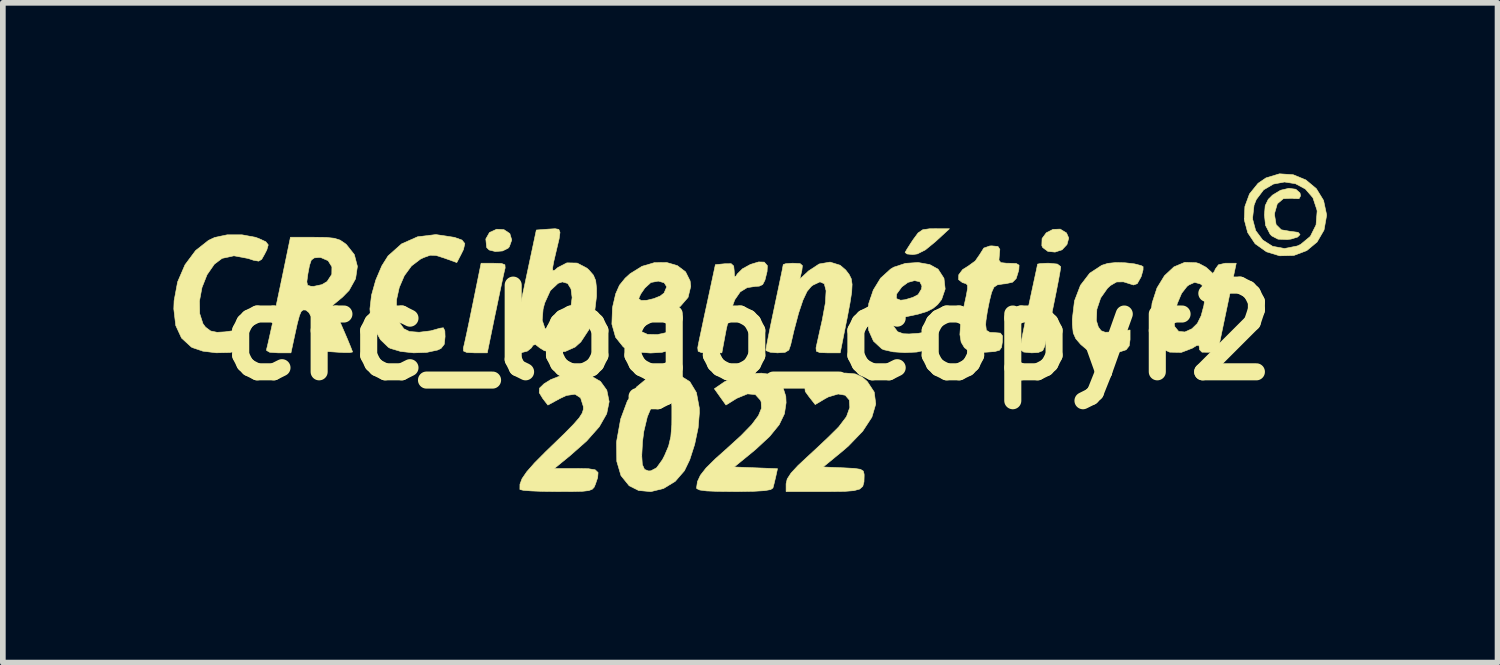
<source format=kicad_pcb>
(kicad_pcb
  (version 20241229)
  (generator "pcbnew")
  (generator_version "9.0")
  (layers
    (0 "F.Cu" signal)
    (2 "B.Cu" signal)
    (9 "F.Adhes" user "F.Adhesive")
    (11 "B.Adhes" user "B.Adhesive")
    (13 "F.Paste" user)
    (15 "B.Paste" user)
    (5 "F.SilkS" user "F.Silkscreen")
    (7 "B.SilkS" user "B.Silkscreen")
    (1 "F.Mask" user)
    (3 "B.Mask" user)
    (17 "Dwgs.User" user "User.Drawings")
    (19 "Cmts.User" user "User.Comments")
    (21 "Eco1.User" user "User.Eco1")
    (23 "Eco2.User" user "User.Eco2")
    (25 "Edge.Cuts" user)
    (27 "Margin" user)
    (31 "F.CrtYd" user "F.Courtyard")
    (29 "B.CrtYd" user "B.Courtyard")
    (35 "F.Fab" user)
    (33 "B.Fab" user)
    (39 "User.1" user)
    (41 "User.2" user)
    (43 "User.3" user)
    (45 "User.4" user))
  (footprint "crc_logo_copyr2"
    (layer "F.Cu")
    (at 10.107 2.796)
    (property "Reference" "crc_logo_copyr2" (at 0 0 0) (layer "F.SilkS") (effects (font (size 1.524 1.524) (thickness 0.3))))
    (attr through_hole)
    (fp_poly (pts (xy -4.3 -1.81) (xy -4.196 -1.741) (xy -4.162 -1.628) (xy -4.205 -1.508) (xy -4.227 -1.483) (xy -4.324 -1.435) (xy -4.45 -1.425) (xy -4.559 -1.452) (xy -4.603 -1.496) (xy -4.618 -1.646) (xy -4.553 -1.76) (xy -4.427 -1.817) (xy -4.3 -1.81)) (stroke (width 0.01) (type solid)) (fill yes) (layer "F.SilkS"))
    (fp_poly (pts (xy 5.587 -1.753) (xy 5.589 -1.751) (xy 5.628 -1.662) (xy 5.597 -1.548) (xy 5.511 -1.456) (xy 5.387 -1.415) (xy 5.261 -1.428) (xy 5.171 -1.495) (xy 5.155 -1.528) (xy 5.159 -1.653) (xy 5.233 -1.754) (xy 5.35 -1.814) (xy 5.478 -1.819) (xy 5.587 -1.753)) (stroke (width 0.01) (type solid)) (fill yes) (layer "F.SilkS"))
    (fp_poly (pts (xy 3.531 -1.825) (xy 3.284 -1.598) (xy 3.108 -1.454) (xy 2.967 -1.383) (xy 2.886 -1.372) (xy 2.786 -1.382) (xy 2.751 -1.409) (xy 2.752 -1.41) (xy 2.788 -1.472) (xy 2.86 -1.584) (xy 2.896 -1.638) (xy 2.98 -1.752) (xy 3.062 -1.808) (xy 3.181 -1.825) (xy 3.277 -1.826) (xy 3.531 -1.825)) (stroke (width 0.01) (type solid)) (fill yes) (layer "F.SilkS"))
    (fp_poly (pts (xy -4.341 -1.215) (xy -4.282 -1.192) (xy -4.278 -1.136) (xy -4.286 -1.105) (xy -4.307 -1.014) (xy -4.343 -0.846) (xy -4.39 -0.623) (xy -4.443 -0.368) (xy -4.454 -0.318) (xy -4.592 0.356) (xy -4.814 0.356) (xy -4.952 0.349) (xy -5.01 0.324) (xy -5.012 0.27) (xy -5.011 0.267) (xy -4.992 0.186) (xy -4.957 0.027) (xy -4.911 -0.19) (xy -4.859 -0.443) (xy -4.843 -0.521) (xy -4.701 -1.219) (xy -4.478 -1.219) (xy -4.341 -1.215)) (stroke (width 0.01) (type solid)) (fill yes) (layer "F.SilkS"))
    (fp_poly (pts (xy 5.428 -1.205) (xy 5.485 -1.161) (xy 5.486 -1.147) (xy 5.476 -1.076) (xy 5.449 -0.926) (xy 5.409 -0.72) (xy 5.36 -0.478) (xy 5.307 -0.222) (xy 5.253 0.026) (xy 5.206 0.241) (xy 5.171 0.317) (xy 5.091 0.35) (xy 4.977 0.356) (xy 4.835 0.342) (xy 4.778 0.299) (xy 4.775 0.281) (xy 4.786 0.206) (xy 4.814 0.053) (xy 4.857 -0.16) (xy 4.91 -0.41) (xy 4.928 -0.491) (xy 4.982 -0.743) (xy 5.028 -0.956) (xy 5.062 -1.113) (xy 5.079 -1.196) (xy 5.08 -1.204) (xy 5.125 -1.213) (xy 5.238 -1.219) (xy 5.283 -1.219) (xy 5.428 -1.205)) (stroke (width 0.01) (type solid)) (fill yes) (layer "F.SilkS"))
    (fp_poly (pts (xy 9.619 -2.52) (xy 9.693 -2.454) (xy 9.703 -2.404) (xy 9.676 -2.354) (xy 9.582 -2.356) (xy 9.557 -2.361) (xy 9.4 -2.354) (xy 9.294 -2.264) (xy 9.247 -2.101) (xy 9.246 -2.064) (xy 9.273 -1.898) (xy 9.364 -1.807) (xy 9.531 -1.778) (xy 9.539 -1.778) (xy 9.66 -1.762) (xy 9.694 -1.723) (xy 9.65 -1.679) (xy 9.535 -1.644) (xy 9.468 -1.636) (xy 9.307 -1.642) (xy 9.197 -1.699) (xy 9.167 -1.73) (xy 9.087 -1.886) (xy 9.068 -2.067) (xy 9.081 -2.231) (xy 9.135 -2.342) (xy 9.21 -2.417) (xy 9.351 -2.502) (xy 9.496 -2.536) (xy 9.619 -2.52)) (stroke (width 0.01) (type solid)) (fill yes) (layer "F.SilkS"))
    (fp_poly (pts (xy 0.276 -1.239) (xy 0.331 -1.177) (xy 0.326 -1.074) (xy 0.288 -0.921) (xy 0.248 -0.844) (xy 0.187 -0.816) (xy 0.125 -0.813) (xy -0.026 -0.79) (xy -0.146 -0.716) (xy -0.242 -0.577) (xy -0.321 -0.362) (xy -0.391 -0.06) (xy -0.405 0.013) (xy -0.469 0.356) (xy -0.69 0.356) (xy -0.827 0.352) (xy -0.886 0.328) (xy -0.893 0.267) (xy -0.884 0.216) (xy -0.863 0.113) (xy -0.825 -0.064) (xy -0.777 -0.292) (xy -0.722 -0.545) (xy -0.719 -0.559) (xy -0.583 -1.194) (xy -0.418 -1.21) (xy -0.305 -1.211) (xy -0.261 -1.17) (xy -0.252 -1.083) (xy -0.247 -0.99) (xy -0.225 -0.988) (xy -0.196 -1.033) (xy -0.106 -1.122) (xy 0.033 -1.198) (xy 0.177 -1.242) (xy 0.276 -1.239)) (stroke (width 0.01) (type solid)) (fill yes) (layer "F.SilkS"))
    (fp_poly (pts (xy 6.621 -1.227) (xy 6.784 -1.208) (xy 6.903 -1.177) (xy 6.935 -1.159) (xy 6.934 -1.101) (xy 6.903 -0.99) (xy 6.896 -0.974) (xy 6.832 -0.86) (xy 6.766 -0.837) (xy 6.591 -0.892) (xy 6.468 -0.89) (xy 6.36 -0.827) (xy 6.307 -0.777) (xy 6.189 -0.609) (xy 6.122 -0.409) (xy 6.113 -0.214) (xy 6.148 -0.099) (xy 6.197 -0.033) (xy 6.268 -0.006) (xy 6.396 -0.01) (xy 6.457 -0.017) (xy 6.706 -0.046) (xy 6.706 0.123) (xy 6.691 0.233) (xy 6.637 0.302) (xy 6.524 0.339) (xy 6.335 0.354) (xy 6.232 0.355) (xy 6.061 0.343) (xy 5.94 0.294) (xy 5.838 0.207) (xy 5.752 0.107) (xy 5.707 0.006) (xy 5.692 -0.138) (xy 5.691 -0.237) (xy 5.729 -0.557) (xy 5.834 -0.831) (xy 5.997 -1.044) (xy 6.209 -1.183) (xy 6.316 -1.217) (xy 6.452 -1.231) (xy 6.621 -1.227)) (stroke (width 0.01) (type solid)) (fill yes) (layer "F.SilkS"))
    (fp_poly (pts (xy 9.573 -2.775) (xy 9.795 -2.684) (xy 9.98 -2.53) (xy 10.107 -2.323) (xy 10.159 -2.078) (xy 10.16 -2.057) (xy 10.115 -1.802) (xy 9.993 -1.592) (xy 9.811 -1.441) (xy 9.585 -1.356) (xy 9.335 -1.35) (xy 9.104 -1.42) (xy 8.904 -1.562) (xy 8.774 -1.757) (xy 8.714 -1.982) (xy 8.715 -2.002) (xy 8.858 -2.002) (xy 8.914 -1.793) (xy 9.038 -1.627) (xy 9.211 -1.517) (xy 9.419 -1.478) (xy 9.643 -1.522) (xy 9.704 -1.55) (xy 9.875 -1.692) (xy 9.975 -1.893) (xy 9.994 -2.132) (xy 9.991 -2.155) (xy 9.92 -2.37) (xy 9.787 -2.524) (xy 9.613 -2.617) (xy 9.419 -2.647) (xy 9.226 -2.611) (xy 9.053 -2.509) (xy 8.924 -2.338) (xy 8.885 -2.239) (xy 8.858 -2.002) (xy 8.715 -2.002) (xy 8.724 -2.216) (xy 8.805 -2.437) (xy 8.956 -2.624) (xy 9.095 -2.719) (xy 9.333 -2.791) (xy 9.573 -2.775)) (stroke (width 0.01) (type solid)) (fill yes) (layer "F.SilkS"))
    (fp_poly (pts (xy -5.169 -1.674) (xy -5.036 -1.626) (xy -4.987 -1.564) (xy -5.011 -1.46) (xy -5.053 -1.375) (xy -5.128 -1.231) (xy -5.348 -1.31) (xy -5.492 -1.356) (xy -5.595 -1.36) (xy -5.707 -1.32) (xy -5.766 -1.292) (xy -5.925 -1.171) (xy -6.051 -0.999) (xy -6.139 -0.794) (xy -6.187 -0.578) (xy -6.191 -0.372) (xy -6.149 -0.194) (xy -6.058 -0.067) (xy -5.96 -0.019) (xy -5.791 -0.006) (xy -5.586 -0.031) (xy -5.423 -0.077) (xy -5.364 -0.085) (xy -5.338 -0.03) (xy -5.334 0.072) (xy -5.348 0.205) (xy -5.405 0.278) (xy -5.464 0.306) (xy -5.656 0.348) (xy -5.887 0.356) (xy -6.115 0.331) (xy -6.297 0.277) (xy -6.33 0.259) (xy -6.47 0.124) (xy -6.581 -0.075) (xy -6.646 -0.302) (xy -6.655 -0.417) (xy -6.627 -0.657) (xy -6.552 -0.924) (xy -6.446 -1.173) (xy -6.336 -1.348) (xy -6.099 -1.559) (xy -5.815 -1.685) (xy -5.495 -1.723) (xy -5.169 -1.674)) (stroke (width 0.01) (type solid)) (fill yes) (layer "F.SilkS"))
    (fp_poly (pts (xy -8.905 -1.719) (xy -8.667 -1.675) (xy -8.609 -1.654) (xy -8.485 -1.597) (xy -8.442 -1.542) (xy -8.467 -1.455) (xy -8.508 -1.375) (xy -8.558 -1.287) (xy -8.611 -1.256) (xy -8.702 -1.272) (xy -8.794 -1.303) (xy -9.045 -1.35) (xy -9.253 -1.305) (xy -9.389 -1.203) (xy -9.518 -1.017) (xy -9.607 -0.792) (xy -9.651 -0.555) (xy -9.647 -0.334) (xy -9.59 -0.157) (xy -9.545 -0.096) (xy -9.454 -0.028) (xy -9.341 -0.005) (xy -9.202 -0.013) (xy -9.039 -0.036) (xy -8.909 -0.065) (xy -8.877 -0.075) (xy -8.818 -0.085) (xy -8.793 -0.032) (xy -8.788 0.072) (xy -8.803 0.205) (xy -8.859 0.278) (xy -8.919 0.306) (xy -9.119 0.35) (xy -9.358 0.355) (xy -9.592 0.326) (xy -9.777 0.263) (xy -9.795 0.253) (xy -9.966 0.096) (xy -10.068 -0.125) (xy -10.102 -0.416) (xy -10.097 -0.559) (xy -10.035 -0.891) (xy -9.905 -1.192) (xy -9.719 -1.442) (xy -9.491 -1.622) (xy -9.382 -1.673) (xy -9.162 -1.719) (xy -8.905 -1.719)) (stroke (width 0.01) (type solid)) (fill yes) (layer "F.SilkS"))
    (fp_poly (pts (xy -1.214 0.749) (xy -1.032 0.863) (xy -0.916 1.055) (xy -0.866 1.323) (xy -0.864 1.407) (xy -0.886 1.674) (xy -0.947 1.965) (xy -1.034 2.236) (xy -1.127 2.428) (xy -1.289 2.615) (xy -1.494 2.74) (xy -1.717 2.795) (xy -1.933 2.775) (xy -2.098 2.692) (xy -2.242 2.514) (xy -2.316 2.263) (xy -2.317 2.163) (xy -1.877 2.163) (xy -1.867 2.32) (xy -1.828 2.405) (xy -1.757 2.432) (xy -1.715 2.429) (xy -1.615 2.375) (xy -1.513 2.233) (xy -1.475 2.159) (xy -1.405 1.995) (xy -1.366 1.829) (xy -1.349 1.621) (xy -1.348 1.499) (xy -1.348 1.297) (xy -1.356 1.177) (xy -1.378 1.116) (xy -1.419 1.095) (xy -1.473 1.092) (xy -1.588 1.14) (xy -1.692 1.274) (xy -1.779 1.479) (xy -1.841 1.738) (xy -1.864 1.92) (xy -1.877 2.163) (xy -2.317 2.163) (xy -2.32 1.939) (xy -2.317 1.903) (xy -2.248 1.52) (xy -2.13 1.202) (xy -1.969 0.957) (xy -1.769 0.792) (xy -1.538 0.716) (xy -1.463 0.712) (xy -1.214 0.749)) (stroke (width 0.01) (type solid)) (fill yes) (layer "F.SilkS"))
    (fp_poly (pts (xy 0.338 0.728) (xy 0.425 0.778) (xy 0.506 0.854) (xy 0.611 0.983) (xy 0.655 1.121) (xy 0.66 1.233) (xy 0.631 1.427) (xy 0.538 1.62) (xy 0.372 1.824) (xy 0.124 2.054) (xy 0.059 2.108) (xy -0.252 2.362) (xy 0.128 2.377) (xy 0.509 2.392) (xy 0.479 2.529) (xy 0.449 2.655) (xy 0.429 2.731) (xy 0.389 2.759) (xy 0.282 2.778) (xy 0.098 2.789) (xy -0.174 2.794) (xy -0.252 2.794) (xy -0.54 2.791) (xy -0.738 2.783) (xy -0.857 2.767) (xy -0.909 2.743) (xy -0.914 2.731) (xy -0.898 2.619) (xy -0.846 2.507) (xy -0.745 2.378) (xy -0.583 2.218) (xy -0.401 2.056) (xy -0.134 1.813) (xy 0.056 1.618) (xy 0.174 1.46) (xy 0.227 1.331) (xy 0.222 1.22) (xy 0.211 1.19) (xy 0.12 1.089) (xy -0.018 1.077) (xy -0.205 1.154) (xy -0.231 1.17) (xy -0.397 1.273) (xy -0.499 1.13) (xy -0.601 0.987) (xy -0.423 0.865) (xy -0.209 0.765) (xy 0.053 0.721) (xy 0.227 0.713) (xy 0.338 0.728)) (stroke (width 0.01) (type solid)) (fill yes) (layer "F.SilkS"))
    (fp_poly (pts (xy 1.875 0.726) (xy 1.999 0.783) (xy 2.087 0.86) (xy 2.209 1.045) (xy 2.236 1.255) (xy 2.168 1.486) (xy 2.006 1.734) (xy 1.753 1.996) (xy 1.652 2.083) (xy 1.312 2.362) (xy 1.672 2.377) (xy 1.86 2.387) (xy 1.967 2.403) (xy 2.017 2.434) (xy 2.031 2.487) (xy 2.032 2.513) (xy 2.029 2.624) (xy 2.008 2.701) (xy 1.954 2.75) (xy 1.851 2.778) (xy 1.685 2.791) (xy 1.438 2.794) (xy 1.315 2.794) (xy 0.66 2.794) (xy 0.66 2.657) (xy 0.68 2.572) (xy 0.747 2.469) (xy 0.872 2.334) (xy 1.029 2.188) (xy 1.215 2.016) (xy 1.397 1.844) (xy 1.544 1.699) (xy 1.587 1.655) (xy 1.722 1.477) (xy 1.78 1.315) (xy 1.771 1.185) (xy 1.7 1.101) (xy 1.575 1.079) (xy 1.402 1.131) (xy 1.348 1.16) (xy 1.172 1.265) (xy 1.065 1.129) (xy 0.997 1.035) (xy 0.991 0.98) (xy 1.046 0.927) (xy 1.051 0.923) (xy 1.31 0.783) (xy 1.61 0.715) (xy 1.704 0.711) (xy 1.875 0.726)) (stroke (width 0.01) (type solid)) (fill yes) (layer "F.SilkS"))
    (fp_poly (pts (xy -2.781 0.755) (xy -2.602 0.859) (xy -2.491 1.013) (xy -2.45 1.214) (xy -2.493 1.426) (xy -2.623 1.654) (xy -2.844 1.904) (xy -3.134 2.16) (xy -3.413 2.388) (xy -3.027 2.388) (xy -2.818 2.392) (xy -2.695 2.412) (xy -2.645 2.46) (xy -2.652 2.549) (xy -2.691 2.664) (xy -2.714 2.718) (xy -2.748 2.754) (xy -2.809 2.777) (xy -2.915 2.789) (xy -3.086 2.793) (xy -3.337 2.794) (xy -3.377 2.794) (xy -3.618 2.791) (xy -3.819 2.783) (xy -3.959 2.772) (xy -4.018 2.758) (xy -4.019 2.756) (xy -4.018 2.666) (xy -3.981 2.567) (xy -3.898 2.446) (xy -3.761 2.29) (xy -3.56 2.088) (xy -3.447 1.979) (xy -3.229 1.768) (xy -3.077 1.613) (xy -2.978 1.5) (xy -2.924 1.416) (xy -2.903 1.349) (xy -2.904 1.298) (xy -2.952 1.147) (xy -3.05 1.083) (xy -3.201 1.105) (xy -3.314 1.158) (xy -3.527 1.274) (xy -3.617 1.158) (xy -3.679 1.056) (xy -3.675 0.977) (xy -3.594 0.899) (xy -3.476 0.826) (xy -3.241 0.734) (xy -3.002 0.712) (xy -2.781 0.755)) (stroke (width 0.01) (type solid)) (fill yes) (layer "F.SilkS"))
    (fp_poly (pts (xy -1.251 -1.177) (xy -1.107 -1.068) (xy -1.027 -0.908) (xy -1.016 -0.813) (xy -1.063 -0.619) (xy -1.2 -0.461) (xy -1.421 -0.345) (xy -1.718 -0.276) (xy -1.719 -0.276) (xy -1.894 -0.238) (xy -1.973 -0.182) (xy -1.96 -0.101) (xy -1.896 -0.024) (xy -1.778 0.031) (xy -1.603 0.035) (xy -1.404 -0.009) (xy -1.359 -0.026) (xy -1.294 -0.017) (xy -1.265 0.053) (xy -1.271 0.153) (xy -1.311 0.249) (xy -1.368 0.303) (xy -1.522 0.347) (xy -1.725 0.359) (xy -1.937 0.342) (xy -2.118 0.296) (xy -2.201 0.252) (xy -2.337 0.082) (xy -2.402 -0.149) (xy -2.392 -0.429) (xy -2.386 -0.465) (xy -2.355 -0.596) (xy -1.93 -0.596) (xy -1.89 -0.565) (xy -1.79 -0.568) (xy -1.666 -0.597) (xy -1.552 -0.643) (xy -1.485 -0.695) (xy -1.438 -0.805) (xy -1.483 -0.876) (xy -1.586 -0.905) (xy -1.716 -0.881) (xy -1.823 -0.783) (xy -1.896 -0.677) (xy -1.93 -0.6) (xy -1.93 -0.596) (xy -2.355 -0.596) (xy -2.336 -0.68) (xy -2.269 -0.832) (xy -2.168 -0.957) (xy -2.082 -1.035) (xy -1.873 -1.165) (xy -1.653 -1.23) (xy -1.439 -1.232) (xy -1.251 -1.177)) (stroke (width 0.01) (type solid)) (fill yes) (layer "F.SilkS"))
    (fp_poly (pts (xy 7.87 -1.228) (xy 7.918 -1.214) (xy 8.04 -1.149) (xy 8.111 -1.086) (xy 8.16 -1.04) (xy 8.192 -1.083) (xy 8.203 -1.114) (xy 8.26 -1.192) (xy 8.379 -1.219) (xy 8.404 -1.219) (xy 8.572 -1.219) (xy 8.41 -0.445) (xy 8.248 0.33) (xy 8.086 0.346) (xy 7.97 0.344) (xy 7.927 0.301) (xy 7.925 0.277) (xy 7.917 0.222) (xy 7.874 0.228) (xy 7.8 0.274) (xy 7.607 0.348) (xy 7.404 0.344) (xy 7.225 0.265) (xy 7.186 0.231) (xy 7.115 0.144) (xy 7.077 0.043) (xy 7.063 -0.108) (xy 7.062 -0.14) (xy 7.484 -0.14) (xy 7.493 -0.102) (xy 7.56 -0.021) (xy 7.669 -0.011) (xy 7.793 -0.067) (xy 7.889 -0.161) (xy 7.955 -0.295) (xy 8.003 -0.474) (xy 8.014 -0.55) (xy 8.023 -0.708) (xy 8.005 -0.797) (xy 7.952 -0.849) (xy 7.936 -0.857) (xy 7.841 -0.883) (xy 7.741 -0.838) (xy 7.707 -0.812) (xy 7.612 -0.69) (xy 7.535 -0.509) (xy 7.488 -0.312) (xy 7.484 -0.14) (xy 7.062 -0.14) (xy 7.061 -0.216) (xy 7.093 -0.519) (xy 7.179 -0.784) (xy 7.311 -1) (xy 7.477 -1.155) (xy 7.667 -1.235) (xy 7.87 -1.228)) (stroke (width 0.01) (type solid)) (fill yes) (layer "F.SilkS"))
    (fp_poly (pts (xy 3.184 -1.196) (xy 3.331 -1.115) (xy 3.435 -0.954) (xy 3.456 -0.766) (xy 3.393 -0.581) (xy 3.323 -0.492) (xy 3.241 -0.425) (xy 3.134 -0.371) (xy 2.98 -0.324) (xy 2.759 -0.277) (xy 2.579 -0.244) (xy 2.522 -0.22) (xy 2.528 -0.161) (xy 2.556 -0.102) (xy 2.62 -0.015) (xy 2.72 0.02) (xy 2.821 0.024) (xy 2.984 0.013) (xy 3.121 -0.013) (xy 3.137 -0.017) (xy 3.216 -0.034) (xy 3.247 0.01) (xy 3.251 0.099) (xy 3.229 0.226) (xy 3.145 0.296) (xy 3.121 0.306) (xy 2.956 0.342) (xy 2.749 0.352) (xy 2.541 0.338) (xy 2.377 0.301) (xy 2.342 0.285) (xy 2.196 0.15) (xy 2.111 -0.041) (xy 2.084 -0.269) (xy 2.113 -0.512) (xy 2.142 -0.598) (xy 2.597 -0.598) (xy 2.673 -0.569) (xy 2.751 -0.578) (xy 2.886 -0.618) (xy 2.98 -0.667) (xy 3.039 -0.764) (xy 3.048 -0.819) (xy 3.01 -0.894) (xy 2.918 -0.914) (xy 2.801 -0.882) (xy 2.694 -0.803) (xy 2.603 -0.679) (xy 2.597 -0.598) (xy 2.142 -0.598) (xy 2.193 -0.748) (xy 2.321 -0.957) (xy 2.496 -1.116) (xy 2.553 -1.15) (xy 2.757 -1.217) (xy 2.979 -1.232) (xy 3.184 -1.196)) (stroke (width 0.01) (type solid)) (fill yes) (layer "F.SilkS"))
    (fp_poly (pts (xy 4.384 -1.514) (xy 4.417 -1.463) (xy 4.409 -1.372) (xy 4.401 -1.273) (xy 4.435 -1.23) (xy 4.538 -1.219) (xy 4.582 -1.219) (xy 4.707 -1.214) (xy 4.755 -1.185) (xy 4.751 -1.11) (xy 4.744 -1.079) (xy 4.704 -0.95) (xy 4.641 -0.886) (xy 4.52 -0.859) (xy 4.474 -0.855) (xy 4.373 -0.839) (xy 4.313 -0.798) (xy 4.272 -0.706) (xy 4.235 -0.559) (xy 4.198 -0.375) (xy 4.173 -0.21) (xy 4.168 -0.14) (xy 4.18 -0.041) (xy 4.241 -0.004) (xy 4.321 0) (xy 4.427 0.009) (xy 4.464 0.058) (xy 4.461 0.165) (xy 4.447 0.259) (xy 4.411 0.31) (xy 4.326 0.333) (xy 4.166 0.345) (xy 4.163 0.345) (xy 3.982 0.346) (xy 3.87 0.321) (xy 3.795 0.265) (xy 3.737 0.168) (xy 3.715 0.033) (xy 3.728 -0.158) (xy 3.778 -0.425) (xy 3.785 -0.457) (xy 3.828 -0.653) (xy 3.849 -0.771) (xy 3.848 -0.833) (xy 3.823 -0.86) (xy 3.774 -0.875) (xy 3.762 -0.877) (xy 3.692 -0.931) (xy 3.695 -1.017) (xy 3.763 -1.108) (xy 3.861 -1.169) (xy 3.985 -1.259) (xy 4.066 -1.376) (xy 4.135 -1.486) (xy 4.242 -1.523) (xy 4.279 -1.524) (xy 4.384 -1.514)) (stroke (width 0.01) (type solid)) (fill yes) (layer "F.SilkS"))
    (fp_poly (pts (xy 1.61 -1.184) (xy 1.708 -1.1) (xy 1.768 -1.022) (xy 1.806 -0.945) (xy 1.82 -0.848) (xy 1.813 -0.712) (xy 1.783 -0.519) (xy 1.732 -0.248) (xy 1.72 -0.191) (xy 1.611 0.356) (xy 1.389 0.356) (xy 1.252 0.351) (xy 1.192 0.327) (xy 1.186 0.27) (xy 1.192 0.241) (xy 1.216 0.134) (xy 1.253 -0.035) (xy 1.295 -0.219) (xy 1.351 -0.523) (xy 1.363 -0.736) (xy 1.331 -0.859) (xy 1.255 -0.892) (xy 1.135 -0.836) (xy 1.101 -0.811) (xy 1.028 -0.723) (xy 0.956 -0.57) (xy 0.88 -0.343) (xy 0.797 -0.03) (xy 0.74 0.216) (xy 0.708 0.307) (xy 0.642 0.347) (xy 0.509 0.356) (xy 0.507 0.356) (xy 0.38 0.345) (xy 0.31 0.317) (xy 0.305 0.307) (xy 0.315 0.242) (xy 0.343 0.097) (xy 0.384 -0.11) (xy 0.436 -0.357) (xy 0.457 -0.457) (xy 0.511 -0.713) (xy 0.557 -0.932) (xy 0.591 -1.095) (xy 0.608 -1.185) (xy 0.61 -1.196) (xy 0.654 -1.211) (xy 0.764 -1.219) (xy 0.788 -1.219) (xy 0.906 -1.213) (xy 0.947 -1.178) (xy 0.937 -1.091) (xy 0.934 -1.079) (xy 0.901 -0.94) (xy 1.055 -1.084) (xy 1.241 -1.206) (xy 1.433 -1.239) (xy 1.61 -1.184)) (stroke (width 0.01) (type solid)) (fill yes) (layer "F.SilkS"))
    (fp_poly (pts (xy -7.422 -1.673) (xy -7.28 -1.658) (xy -7.18 -1.626) (xy -7.094 -1.568) (xy -7.069 -1.548) (xy -6.929 -1.371) (xy -6.875 -1.164) (xy -6.907 -0.947) (xy -7.022 -0.74) (xy -7.138 -0.622) (xy -7.309 -0.481) (xy -7.134 -0.08) (xy -7.055 0.103) (xy -6.995 0.248) (xy -6.963 0.331) (xy -6.96 0.341) (xy -7.005 0.35) (xy -7.121 0.35) (xy -7.2 0.346) (xy -7.44 0.33) (xy -7.569 -0.025) (xy -7.653 -0.225) (xy -7.729 -0.354) (xy -7.782 -0.396) (xy -7.828 -0.398) (xy -7.863 -0.371) (xy -7.894 -0.298) (xy -7.931 -0.16) (xy -7.979 0.059) (xy -7.98 0.064) (xy -8.043 0.356) (xy -8.269 0.356) (xy -8.416 0.346) (xy -8.472 0.314) (xy -8.471 0.292) (xy -8.454 0.224) (xy -8.42 0.074) (xy -8.372 -0.143) (xy -8.316 -0.41) (xy -8.253 -0.71) (xy -8.25 -0.724) (xy -8.214 -0.894) (xy -7.764 -0.894) (xy -7.751 -0.832) (xy -7.692 -0.814) (xy -7.641 -0.813) (xy -7.5 -0.843) (xy -7.408 -0.897) (xy -7.325 -1.024) (xy -7.323 -1.156) (xy -7.39 -1.264) (xy -7.518 -1.319) (xy -7.551 -1.321) (xy -7.634 -1.313) (xy -7.685 -1.275) (xy -7.717 -1.182) (xy -7.746 -1.029) (xy -7.764 -0.894) (xy -8.214 -0.894) (xy -8.052 -1.676) (xy -7.637 -1.676) (xy -7.422 -1.673)) (stroke (width 0.01) (type solid)) (fill yes) (layer "F.SilkS"))
    (fp_poly (pts (xy -3.335 -1.814) (xy -3.314 -1.762) (xy -3.329 -1.651) (xy -3.374 -1.461) (xy -3.377 -1.448) (xy -3.424 -1.248) (xy -3.445 -1.132) (xy -3.439 -1.087) (xy -3.404 -1.099) (xy -3.352 -1.144) (xy -3.192 -1.226) (xy -3.012 -1.222) (xy -2.84 -1.132) (xy -2.804 -1.099) (xy -2.727 -1.01) (xy -2.687 -0.915) (xy -2.672 -0.78) (xy -2.672 -0.641) (xy -2.709 -0.332) (xy -2.804 -0.055) (xy -2.948 0.164) (xy -3.048 0.254) (xy -3.22 0.331) (xy -3.414 0.353) (xy -3.589 0.318) (xy -3.67 0.268) (xy -3.745 0.209) (xy -3.788 0.222) (xy -3.817 0.268) (xy -3.887 0.325) (xy -3.994 0.353) (xy -4.098 0.35) (xy -4.159 0.313) (xy -4.164 0.292) (xy -4.153 0.225) (xy -4.124 0.075) (xy -4.08 -0.143) (xy -4.065 -0.218) (xy -3.627 -0.218) (xy -3.58 -0.077) (xy -3.477 -0.006) (xy -3.428 0) (xy -3.334 -0.02) (xy -3.261 -0.097) (xy -3.199 -0.216) (xy -3.126 -0.426) (xy -3.101 -0.615) (xy -3.12 -0.767) (xy -3.179 -0.864) (xy -3.274 -0.891) (xy -3.348 -0.866) (xy -3.484 -0.738) (xy -3.583 -0.52) (xy -3.611 -0.414) (xy -3.627 -0.218) (xy -4.065 -0.218) (xy -4.025 -0.413) (xy -3.961 -0.718) (xy -3.946 -0.787) (xy -3.73 -1.803) (xy -3.516 -1.819) (xy -3.4 -1.826) (xy -3.335 -1.814)) (stroke (width 0.01) (type solid)) (fill yes) (layer "F.SilkS")))
  (gr_rect
    (start -3 -3)
    (end 23.272 8.596)
    (stroke (width 0.1) (type default))
    (fill no)
    (layer "Edge.Cuts")))
</source>
